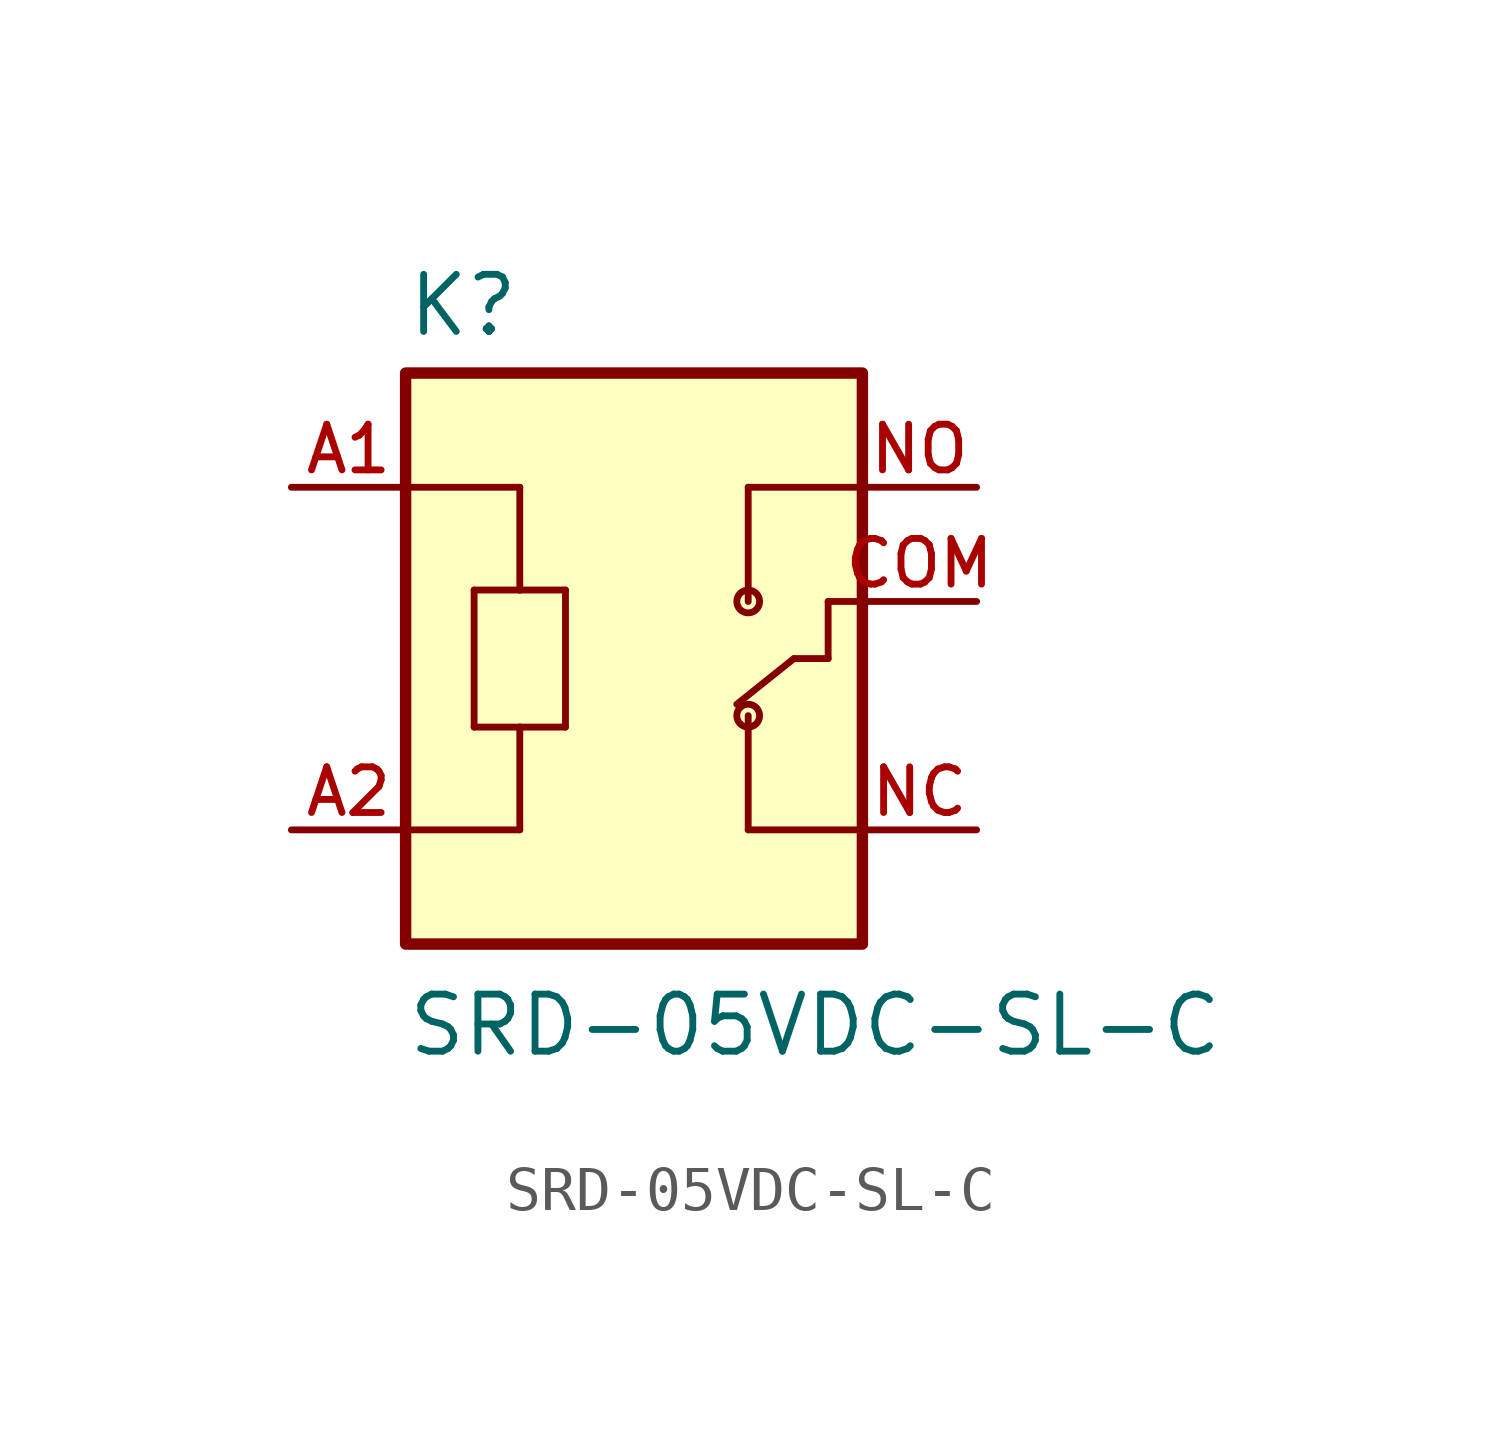
<source format=kicad_sym>
(kicad_symbol_lib
  (version 20211014)
  (generator kicad_symbol_editor)
  (symbol "SRD-05VDC-SL-C"
    (pin_names
      (offset 1.016))
    (property "Reference" "K"
      (at -5.081 5.843 0)
      (effects (font (size 1.27 1.27)) (justify bottom left)))
    (property "Value" "SRD-05VDC-SL-C"
      (at -5.083 -10.166 0)
      (effects (font (size 1.27 1.27)) (justify bottom left)))
    (symbol "SRD-05VDC-SL-C_0_0"
      (polyline (pts (xy -5.08 2.54) (xy -2.54 2.54)) (stroke (width 0.152)))
      (polyline (pts (xy -2.54 2.54) (xy -2.54 0.254)) (stroke (width 0.152)))
      (polyline (pts (xy -2.54 0.254) (xy -3.556 0.254)) (stroke (width 0.152)))
      (polyline (pts (xy -3.556 0.254) (xy -3.556 -2.794)) (stroke (width 0.152)))
      (polyline (pts (xy -3.556 -2.794) (xy -2.54 -2.794)) (stroke (width 0.152)))
      (polyline (pts (xy -2.54 -2.794) (xy -1.524 -2.794)) (stroke (width 0.152)))
      (polyline (pts (xy -1.524 -2.794) (xy -1.524 0.254)) (stroke (width 0.152)))
      (polyline (pts (xy -1.524 0.254) (xy -2.54 0.254)) (stroke (width 0.152)))
      (polyline (pts (xy -2.54 -2.794) (xy -2.54 -5.08)) (stroke (width 0.152)))
      (polyline (pts (xy -2.54 -5.08) (xy -5.08 -5.08)) (stroke (width 0.152)))
      (polyline (pts (xy 2.54 -2.54) (xy 2.54 -5.08)) (stroke (width 0.152)))
      (polyline (pts (xy 2.54 -5.08) (xy 5.08 -5.08)) (stroke (width 0.152)))
      (polyline (pts (xy 5.08 2.54) (xy 2.54 2.54)) (stroke (width 0.152)))
      (polyline (pts (xy 2.54 2.54) (xy 2.54 0.0)) (stroke (width 0.152)))
      (polyline (pts (xy 3.556 -1.27) (xy 4.318 -1.27)) (stroke (width 0.152)))
      (polyline (pts (xy 4.318 -1.27) (xy 4.318 0.0)) (stroke (width 0.152)))
      (polyline (pts (xy 3.556 -1.27) (xy 2.286 -2.286)) (stroke (width 0.152)))
      (polyline (pts (xy 4.318 0.0) (xy 5.08 0.0)) (stroke (width 0.152)))
      (circle (center 2.54 0.0) (radius 0.254) (stroke (width 0.152)) (fill (type none)))
      (circle (center 2.54 -2.54) (radius 0.254) (stroke (width 0.152)) (fill (type none)))
      (rectangle (start -5.08 -7.62) (end 5.08 5.08) (stroke (width 0.254)) (fill (type background)))
      (pin passive line (at -7.62 2.54 0) (length 2.54) (name "~" (effects (font (size 1.016 1.016)))) (number "A1" (effects (font (size 1.016 1.016)))))
      (pin passive line (at -7.62 -5.08 0) (length 2.54) (name "~" (effects (font (size 1.016 1.016)))) (number "A2" (effects (font (size 1.016 1.016)))))
      (pin passive line (at 7.62 -5.08 180.0) (length 2.54) (name "~" (effects (font (size 1.016 1.016)))) (number "NC" (effects (font (size 1.016 1.016)))))
      (pin passive line (at 7.62 0.0 180.0) (length 2.54) (name "~" (effects (font (size 1.016 1.016)))) (number "COM" (effects (font (size 1.016 1.016)))))
      (pin passive line (at 7.62 2.54 180.0) (length 2.54) (name "~" (effects (font (size 1.016 1.016)))) (number "NO" (effects (font (size 1.016 1.016))))))))
</source>
